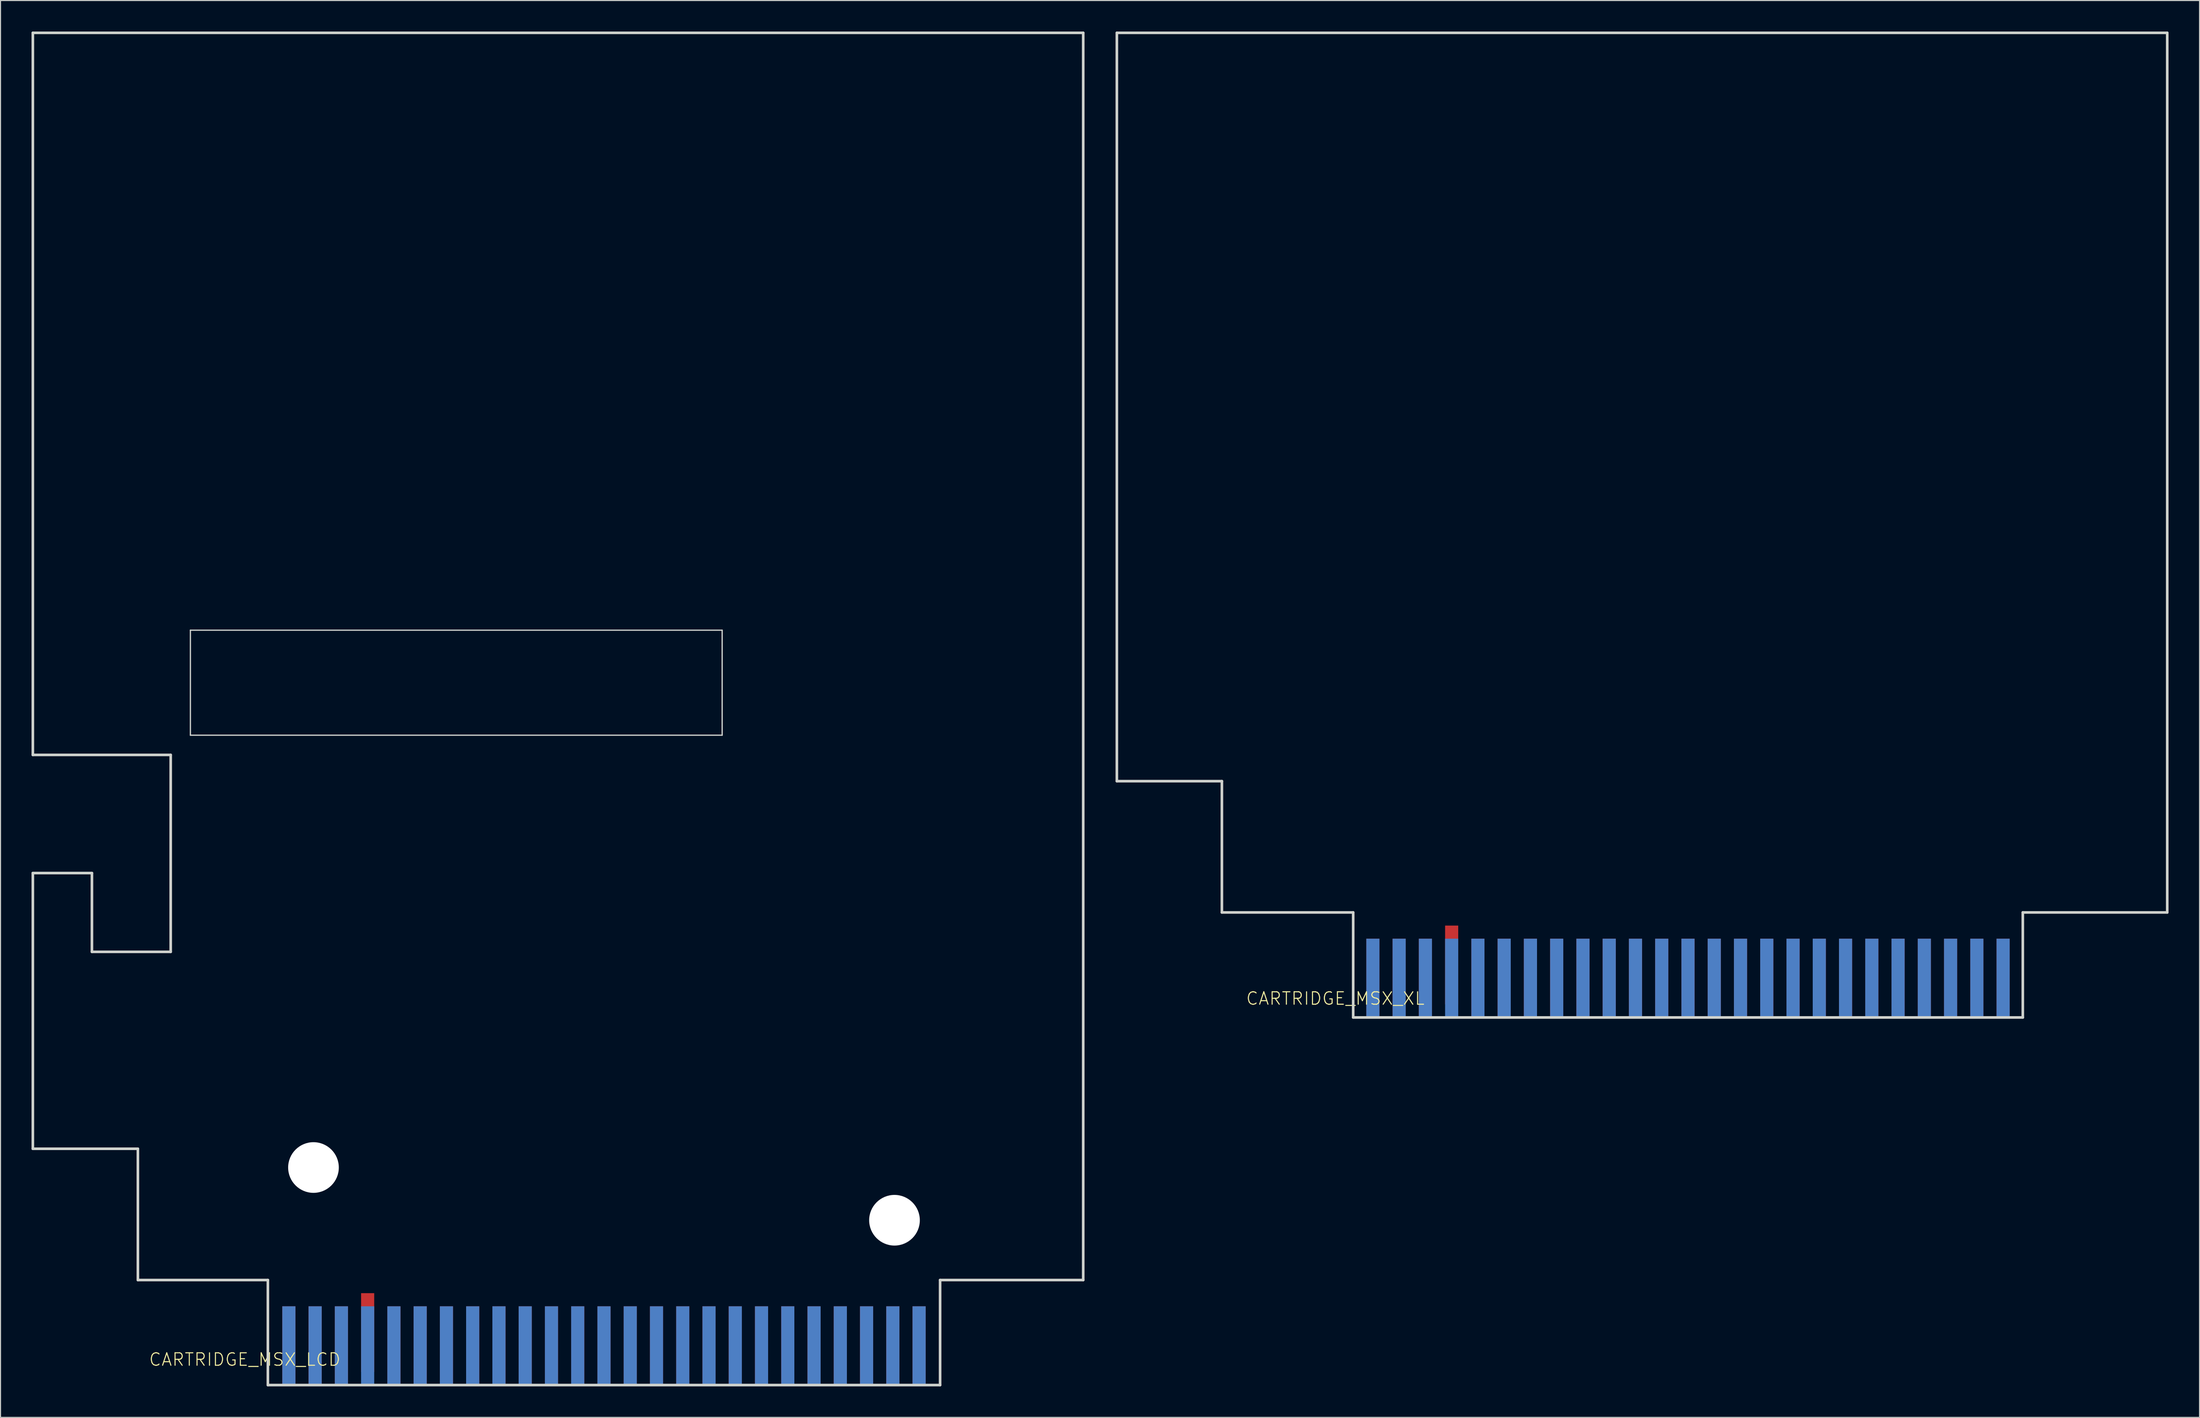
<source format=kicad_pcb>
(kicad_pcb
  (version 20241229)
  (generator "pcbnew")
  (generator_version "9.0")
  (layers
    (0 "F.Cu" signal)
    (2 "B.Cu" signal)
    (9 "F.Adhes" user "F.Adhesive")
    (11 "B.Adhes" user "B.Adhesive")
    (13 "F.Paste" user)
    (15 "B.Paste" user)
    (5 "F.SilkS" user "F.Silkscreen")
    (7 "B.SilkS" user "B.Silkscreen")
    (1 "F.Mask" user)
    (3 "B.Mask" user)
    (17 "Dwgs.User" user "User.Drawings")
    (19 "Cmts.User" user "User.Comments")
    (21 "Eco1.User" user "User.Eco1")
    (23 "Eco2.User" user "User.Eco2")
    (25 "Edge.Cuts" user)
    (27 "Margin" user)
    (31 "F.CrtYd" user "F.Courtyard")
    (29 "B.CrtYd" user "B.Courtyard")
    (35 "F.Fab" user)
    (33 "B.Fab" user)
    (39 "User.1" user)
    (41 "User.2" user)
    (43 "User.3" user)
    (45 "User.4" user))
  (footprint "CARTRIDGE_MSX_XL"
    (layer "F.Cu")
    (at 160.226 91.567)
    (property "Reference" "CARTRIDGE_MSX_XL" (at -25.4 1.27 0) (layer "F.SilkS") (effects (font (size 1.206 1.206) (thickness 0.102)) (justify right top)))
    (attr smd)
    (fp_line (start -55.245 -91.44) (end 46.355 -91.44) (stroke (width 0.254) (type solid)) (layer "Edge.Cuts"))
    (fp_line (start -55.245 -19.05) (end -55.245 -91.44) (stroke (width 0.254) (type solid)) (layer "Edge.Cuts"))
    (fp_line (start -45.085 -19.05) (end -55.245 -19.05) (stroke (width 0.254) (type solid)) (layer "Edge.Cuts"))
    (fp_line (start -45.085 -6.35) (end -45.085 -19.05) (stroke (width 0.254) (type solid)) (layer "Edge.Cuts"))
    (fp_line (start -32.385 -6.35) (end -45.085 -6.35) (stroke (width 0.254) (type solid)) (layer "Edge.Cuts"))
    (fp_line (start -32.385 3.81) (end -32.385 -6.35) (stroke (width 0.254) (type solid)) (layer "Edge.Cuts"))
    (fp_line (start 32.385 -6.35) (end 32.385 3.81) (stroke (width 0.254) (type solid)) (layer "Edge.Cuts"))
    (fp_line (start 32.385 3.81) (end -32.385 3.81) (stroke (width 0.254) (type solid)) (layer "Edge.Cuts"))
    (fp_line (start 46.355 -91.44) (end 46.355 -6.35) (stroke (width 0.254) (type solid)) (layer "Edge.Cuts"))
    (fp_line (start 46.355 -6.35) (end 32.385 -6.35) (stroke (width 0.254) (type solid)) (layer "Edge.Cuts"))
    (pad "1" smd rect (at 30.48 0) (size 1.27 7.62) (layers "B.Cu" "B.Mask" "B.Paste"))
    (pad "2" smd rect (at 30.48 0) (size 1.27 7.62) (layers "F.Cu" "F.Mask" "F.Paste"))
    (pad "3" smd rect (at 27.94 0) (size 1.27 7.62) (layers "B.Cu" "B.Mask" "B.Paste"))
    (pad "4" smd rect (at 27.94 0) (size 1.27 7.62) (layers "F.Cu" "F.Mask" "F.Paste"))
    (pad "5" smd rect (at 25.4 0) (size 1.27 7.62) (layers "B.Cu" "B.Mask" "B.Paste"))
    (pad "6" smd rect (at 25.4 0) (size 1.27 7.62) (layers "F.Cu" "F.Mask" "F.Paste"))
    (pad "7" smd rect (at 22.86 0) (size 1.27 7.62) (layers "B.Cu" "B.Mask" "B.Paste"))
    (pad "8" smd rect (at 22.86 0) (size 1.27 7.62) (layers "F.Cu" "F.Mask" "F.Paste"))
    (pad "9" smd rect (at 20.32 0) (size 1.27 7.62) (layers "B.Cu" "B.Mask" "B.Paste"))
    (pad "10" smd rect (at 20.32 0) (size 1.27 7.62) (layers "F.Cu" "F.Mask" "F.Paste"))
    (pad "11" smd rect (at 17.78 0) (size 1.27 7.62) (layers "B.Cu" "B.Mask" "B.Paste"))
    (pad "12" smd rect (at 17.78 0) (size 1.27 7.62) (layers "F.Cu" "F.Mask" "F.Paste"))
    (pad "13" smd rect (at 15.24 0) (size 1.27 7.62) (layers "B.Cu" "B.Mask" "B.Paste"))
    (pad "14" smd rect (at 15.24 0) (size 1.27 7.62) (layers "F.Cu" "F.Mask" "F.Paste"))
    (pad "15" smd rect (at 12.7 0) (size 1.27 7.62) (layers "B.Cu" "B.Mask" "B.Paste"))
    (pad "16" smd rect (at 12.7 0) (size 1.27 7.62) (layers "F.Cu" "F.Mask" "F.Paste"))
    (pad "17" smd rect (at 10.16 0) (size 1.27 7.62) (layers "B.Cu" "B.Mask" "B.Paste"))
    (pad "18" smd rect (at 10.16 0) (size 1.27 7.62) (layers "F.Cu" "F.Mask" "F.Paste"))
    (pad "19" smd rect (at 7.62 0) (size 1.27 7.62) (layers "B.Cu" "B.Mask" "B.Paste"))
    (pad "20" smd rect (at 7.62 0) (size 1.27 7.62) (layers "F.Cu" "F.Mask" "F.Paste"))
    (pad "21" smd rect (at 5.08 0) (size 1.27 7.62) (layers "B.Cu" "B.Mask" "B.Paste"))
    (pad "22" smd rect (at 5.08 0) (size 1.27 7.62) (layers "F.Cu" "F.Mask" "F.Paste"))
    (pad "23" smd rect (at 2.54 0) (size 1.27 7.62) (layers "B.Cu" "B.Mask" "B.Paste"))
    (pad "24" smd rect (at 2.54 0) (size 1.27 7.62) (layers "F.Cu" "F.Mask" "F.Paste"))
    (pad "25" smd rect (at 0 0) (size 1.27 7.62) (layers "B.Cu" "B.Mask" "B.Paste"))
    (pad "26" smd rect (at 0 0) (size 1.27 7.62) (layers "F.Cu" "F.Mask" "F.Paste"))
    (pad "27" smd rect (at -2.54 0) (size 1.27 7.62) (layers "B.Cu" "B.Mask" "B.Paste"))
    (pad "28" smd rect (at -2.54 0) (size 1.27 7.62) (layers "F.Cu" "F.Mask" "F.Paste"))
    (pad "29" smd rect (at -5.08 0) (size 1.27 7.62) (layers "B.Cu" "B.Mask" "B.Paste"))
    (pad "30" smd rect (at -5.08 0) (size 1.27 7.62) (layers "F.Cu" "F.Mask" "F.Paste"))
    (pad "31" smd rect (at -7.62 0) (size 1.27 7.62) (layers "B.Cu" "B.Mask" "B.Paste"))
    (pad "32" smd rect (at -7.62 0) (size 1.27 7.62) (layers "F.Cu" "F.Mask" "F.Paste"))
    (pad "33" smd rect (at -10.16 0) (size 1.27 7.62) (layers "B.Cu" "B.Mask" "B.Paste"))
    (pad "34" smd rect (at -10.16 0) (size 1.27 7.62) (layers "F.Cu" "F.Mask" "F.Paste"))
    (pad "35" smd rect (at -12.7 0) (size 1.27 7.62) (layers "B.Cu" "B.Mask" "B.Paste"))
    (pad "36" smd rect (at -12.7 0) (size 1.27 7.62) (layers "F.Cu" "F.Mask" "F.Paste"))
    (pad "37" smd rect (at -15.24 0) (size 1.27 7.62) (layers "B.Cu" "B.Mask" "B.Paste"))
    (pad "38" smd rect (at -15.24 0) (size 1.27 7.62) (layers "F.Cu" "F.Mask" "F.Paste"))
    (pad "39" smd rect (at -17.78 0) (size 1.27 7.62) (layers "B.Cu" "B.Mask" "B.Paste"))
    (pad "40" smd rect (at -17.78 0) (size 1.27 7.62) (layers "F.Cu" "F.Mask" "F.Paste"))
    (pad "41" smd rect (at -20.32 0) (size 1.27 7.62) (layers "B.Cu" "B.Mask" "B.Paste"))
    (pad "42" smd rect (at -20.32 0) (size 1.27 7.62) (layers "F.Cu" "F.Mask" "F.Paste"))
    (pad "43" smd rect (at -22.86 0) (size 1.27 7.62) (layers "B.Cu" "B.Mask" "B.Paste"))
    (pad "44" smd rect (at -22.86 -1.27) (size 1.27 7.62) (layers "F.Cu" "F.Mask" "F.Paste"))
    (pad "45" smd rect (at -25.4 0) (size 1.27 7.62) (layers "B.Cu" "B.Mask" "B.Paste"))
    (pad "46" smd rect (at -25.4 0) (size 1.27 7.62) (layers "F.Cu" "F.Mask" "F.Paste"))
    (pad "47" smd rect (at -27.94 0) (size 1.27 7.62) (layers "B.Cu" "B.Mask" "B.Paste"))
    (pad "48" smd rect (at -27.94 0) (size 1.27 7.62) (layers "F.Cu" "F.Mask" "F.Paste"))
    (pad "49" smd rect (at -30.48 0) (size 1.27 7.62) (layers "B.Cu" "B.Mask" "B.Paste"))
    (pad "50" smd rect (at -30.48 0) (size 1.27 7.62) (layers "F.Cu" "F.Mask" "F.Paste")))
  (footprint "CARTRIDGE_MSX_LCD"
    (layer "F.Cu")
    (at 55.372 126.492)
    (property "Reference" "CARTRIDGE_MSX_LCD" (at -25.4 1.27 0) (layer "F.SilkS") (effects (font (size 1.206 1.206) (thickness 0.102)) (justify right top)))
    (attr smd)
    (fp_line (start -55.245 -126.365) (end 46.355 -126.365) (stroke (width 0.254) (type solid)) (layer "Edge.Cuts"))
    (fp_line (start -55.245 -56.515) (end -55.245 -126.365) (stroke (width 0.254) (type solid)) (layer "Edge.Cuts"))
    (fp_line (start -55.245 -45.085) (end -55.245 -18.415) (stroke (width 0.254) (type solid)) (layer "Edge.Cuts"))
    (fp_line (start -49.53 -45.085) (end -55.245 -45.085) (stroke (width 0.254) (type solid)) (layer "Edge.Cuts"))
    (fp_line (start -49.53 -45.085) (end -49.53 -37.465) (stroke (width 0.254) (type solid)) (layer "Edge.Cuts"))
    (fp_line (start -45.085 -18.415) (end -55.245 -18.415) (stroke (width 0.254) (type solid)) (layer "Edge.Cuts"))
    (fp_line (start -45.085 -5.715) (end -45.085 -18.415) (stroke (width 0.254) (type solid)) (layer "Edge.Cuts"))
    (fp_line (start -41.91 -56.515) (end -55.245 -56.515) (stroke (width 0.254) (type solid)) (layer "Edge.Cuts"))
    (fp_line (start -41.91 -56.515) (end -41.91 -37.465) (stroke (width 0.254) (type solid)) (layer "Edge.Cuts"))
    (fp_line (start -41.91 -37.465) (end -49.53 -37.465) (stroke (width 0.254) (type solid)) (layer "Edge.Cuts"))
    (fp_line (start -40.005 -68.58) (end -40.005 -58.42) (stroke (width 0.12) (type solid)) (layer "Edge.Cuts"))
    (fp_line (start -40.005 -58.42) (end 11.43 -58.42) (stroke (width 0.12) (type solid)) (layer "Edge.Cuts"))
    (fp_line (start -32.512 -5.715) (end -45.085 -5.715) (stroke (width 0.254) (type solid)) (layer "Edge.Cuts"))
    (fp_line (start -32.512 4.445) (end -32.512 -5.715) (stroke (width 0.254) (type solid)) (layer "Edge.Cuts"))
    (fp_line (start 11.43 -68.58) (end -40.005 -68.58) (stroke (width 0.12) (type solid)) (layer "Edge.Cuts"))
    (fp_line (start 11.43 -58.42) (end 11.43 -68.58) (stroke (width 0.12) (type solid)) (layer "Edge.Cuts"))
    (fp_line (start 32.512 -5.715) (end 32.512 4.445) (stroke (width 0.254) (type solid)) (layer "Edge.Cuts"))
    (fp_line (start 32.512 4.445) (end -32.512 4.445) (stroke (width 0.254) (type solid)) (layer "Edge.Cuts"))
    (fp_line (start 46.355 -126.365) (end 46.355 -5.715) (stroke (width 0.254) (type solid)) (layer "Edge.Cuts"))
    (fp_line (start 46.355 -5.715) (end 32.512 -5.715) (stroke (width 0.254) (type solid)) (layer "Edge.Cuts"))
    (pad "" np_thru_hole circle (at -28.1 -16.6) (size 4.9 4.9) (drill 4.9) (layers "*.Cu" "*.Mask"))
    (pad "" np_thru_hole circle (at 28.1 -11.5) (size 4.9 4.9) (drill 4.9) (layers "*.Cu" "*.Mask"))
    (pad "1" smd rect (at 30.48 0.635) (size 1.27 7.62) (layers "B.Cu" "B.Mask" "B.Paste"))
    (pad "2" smd rect (at 30.48 0.635) (size 1.27 7.62) (layers "F.Cu" "F.Mask" "F.Paste"))
    (pad "3" smd rect (at 27.94 0.635) (size 1.27 7.62) (layers "B.Cu" "B.Mask" "B.Paste"))
    (pad "4" smd rect (at 27.94 0.635) (size 1.27 7.62) (layers "F.Cu" "F.Mask" "F.Paste"))
    (pad "5" smd rect (at 25.4 0.635) (size 1.27 7.62) (layers "B.Cu" "B.Mask" "B.Paste"))
    (pad "6" smd rect (at 25.4 0.635) (size 1.27 7.62) (layers "F.Cu" "F.Mask" "F.Paste"))
    (pad "7" smd rect (at 22.86 0.635) (size 1.27 7.62) (layers "B.Cu" "B.Mask" "B.Paste"))
    (pad "8" smd rect (at 22.86 0.635) (size 1.27 7.62) (layers "F.Cu" "F.Mask" "F.Paste"))
    (pad "9" smd rect (at 20.32 0.635) (size 1.27 7.62) (layers "B.Cu" "B.Mask" "B.Paste"))
    (pad "10" smd rect (at 20.32 0.635) (size 1.27 7.62) (layers "F.Cu" "F.Mask" "F.Paste"))
    (pad "11" smd rect (at 17.78 0.635) (size 1.27 7.62) (layers "B.Cu" "B.Mask" "B.Paste"))
    (pad "12" smd rect (at 17.78 0.635) (size 1.27 7.62) (layers "F.Cu" "F.Mask" "F.Paste"))
    (pad "13" smd rect (at 15.24 0.635) (size 1.27 7.62) (layers "B.Cu" "B.Mask" "B.Paste"))
    (pad "14" smd rect (at 15.24 0.635) (size 1.27 7.62) (layers "F.Cu" "F.Mask" "F.Paste"))
    (pad "15" smd rect (at 12.7 0.635) (size 1.27 7.62) (layers "B.Cu" "B.Mask" "B.Paste"))
    (pad "16" smd rect (at 12.7 0.635) (size 1.27 7.62) (layers "F.Cu" "F.Mask" "F.Paste"))
    (pad "17" smd rect (at 10.16 0.635) (size 1.27 7.62) (layers "B.Cu" "B.Mask" "B.Paste"))
    (pad "18" smd rect (at 10.16 0.635) (size 1.27 7.62) (layers "F.Cu" "F.Mask" "F.Paste"))
    (pad "19" smd rect (at 7.62 0.635) (size 1.27 7.62) (layers "B.Cu" "B.Mask" "B.Paste"))
    (pad "20" smd rect (at 7.62 0.635) (size 1.27 7.62) (layers "F.Cu" "F.Mask" "F.Paste"))
    (pad "21" smd rect (at 5.08 0.635) (size 1.27 7.62) (layers "B.Cu" "B.Mask" "B.Paste"))
    (pad "22" smd rect (at 5.08 0.635) (size 1.27 7.62) (layers "F.Cu" "F.Mask" "F.Paste"))
    (pad "23" smd rect (at 2.54 0.635) (size 1.27 7.62) (layers "B.Cu" "B.Mask" "B.Paste"))
    (pad "24" smd rect (at 2.54 0.635) (size 1.27 7.62) (layers "F.Cu" "F.Mask" "F.Paste"))
    (pad "25" smd rect (at 0 0.635) (size 1.27 7.62) (layers "B.Cu" "B.Mask" "B.Paste"))
    (pad "26" smd rect (at 0 0.635) (size 1.27 7.62) (layers "F.Cu" "F.Mask" "F.Paste"))
    (pad "27" smd rect (at -2.54 0.635) (size 1.27 7.62) (layers "B.Cu" "B.Mask" "B.Paste"))
    (pad "28" smd rect (at -2.54 0.635) (size 1.27 7.62) (layers "F.Cu" "F.Mask" "F.Paste"))
    (pad "29" smd rect (at -5.08 0.635) (size 1.27 7.62) (layers "B.Cu" "B.Mask" "B.Paste"))
    (pad "30" smd rect (at -5.08 0.635) (size 1.27 7.62) (layers "F.Cu" "F.Mask" "F.Paste"))
    (pad "31" smd rect (at -7.62 0.635) (size 1.27 7.62) (layers "B.Cu" "B.Mask" "B.Paste"))
    (pad "32" smd rect (at -7.62 0.635) (size 1.27 7.62) (layers "F.Cu" "F.Mask" "F.Paste"))
    (pad "33" smd rect (at -10.16 0.635) (size 1.27 7.62) (layers "B.Cu" "B.Mask" "B.Paste"))
    (pad "34" smd rect (at -10.16 0.635) (size 1.27 7.62) (layers "F.Cu" "F.Mask" "F.Paste"))
    (pad "35" smd rect (at -12.7 0.635) (size 1.27 7.62) (layers "B.Cu" "B.Mask" "B.Paste"))
    (pad "36" smd rect (at -12.7 0.635) (size 1.27 7.62) (layers "F.Cu" "F.Mask" "F.Paste"))
    (pad "37" smd rect (at -15.24 0.635) (size 1.27 7.62) (layers "B.Cu" "B.Mask" "B.Paste"))
    (pad "38" smd rect (at -15.24 0.635) (size 1.27 7.62) (layers "F.Cu" "F.Mask" "F.Paste"))
    (pad "39" smd rect (at -17.78 0.635) (size 1.27 7.62) (layers "B.Cu" "B.Mask" "B.Paste"))
    (pad "40" smd rect (at -17.78 0.635) (size 1.27 7.62) (layers "F.Cu" "F.Mask" "F.Paste"))
    (pad "41" smd rect (at -20.32 0.635) (size 1.27 7.62) (layers "B.Cu" "B.Mask" "B.Paste"))
    (pad "42" smd rect (at -20.32 0.635) (size 1.27 7.62) (layers "F.Cu" "F.Mask" "F.Paste"))
    (pad "43" smd rect (at -22.86 0.635) (size 1.27 7.62) (layers "B.Cu" "B.Mask" "B.Paste"))
    (pad "44" smd rect (at -22.86 -0.635) (size 1.27 7.62) (layers "F.Cu" "F.Mask" "F.Paste"))
    (pad "45" smd rect (at -25.4 0.635) (size 1.27 7.62) (layers "B.Cu" "B.Mask" "B.Paste"))
    (pad "46" smd rect (at -25.4 0.635) (size 1.27 7.62) (layers "F.Cu" "F.Mask" "F.Paste"))
    (pad "47" smd rect (at -27.94 0.635) (size 1.27 7.62) (layers "B.Cu" "B.Mask" "B.Paste"))
    (pad "48" smd rect (at -27.94 0.635) (size 1.27 7.62) (layers "F.Cu" "F.Mask" "F.Paste"))
    (pad "49" smd rect (at -30.48 0.635) (size 1.27 7.62) (layers "B.Cu" "B.Mask" "B.Paste"))
    (pad "50" smd rect (at -30.48 0.635) (size 1.27 7.62) (layers "F.Cu" "F.Mask" "F.Paste")))
  (gr_rect
    (start -3 -3)
    (end 209.708 134.064)
    (stroke (width 0.1) (type default))
    (fill no)
    (layer "Edge.Cuts")))
</source>
